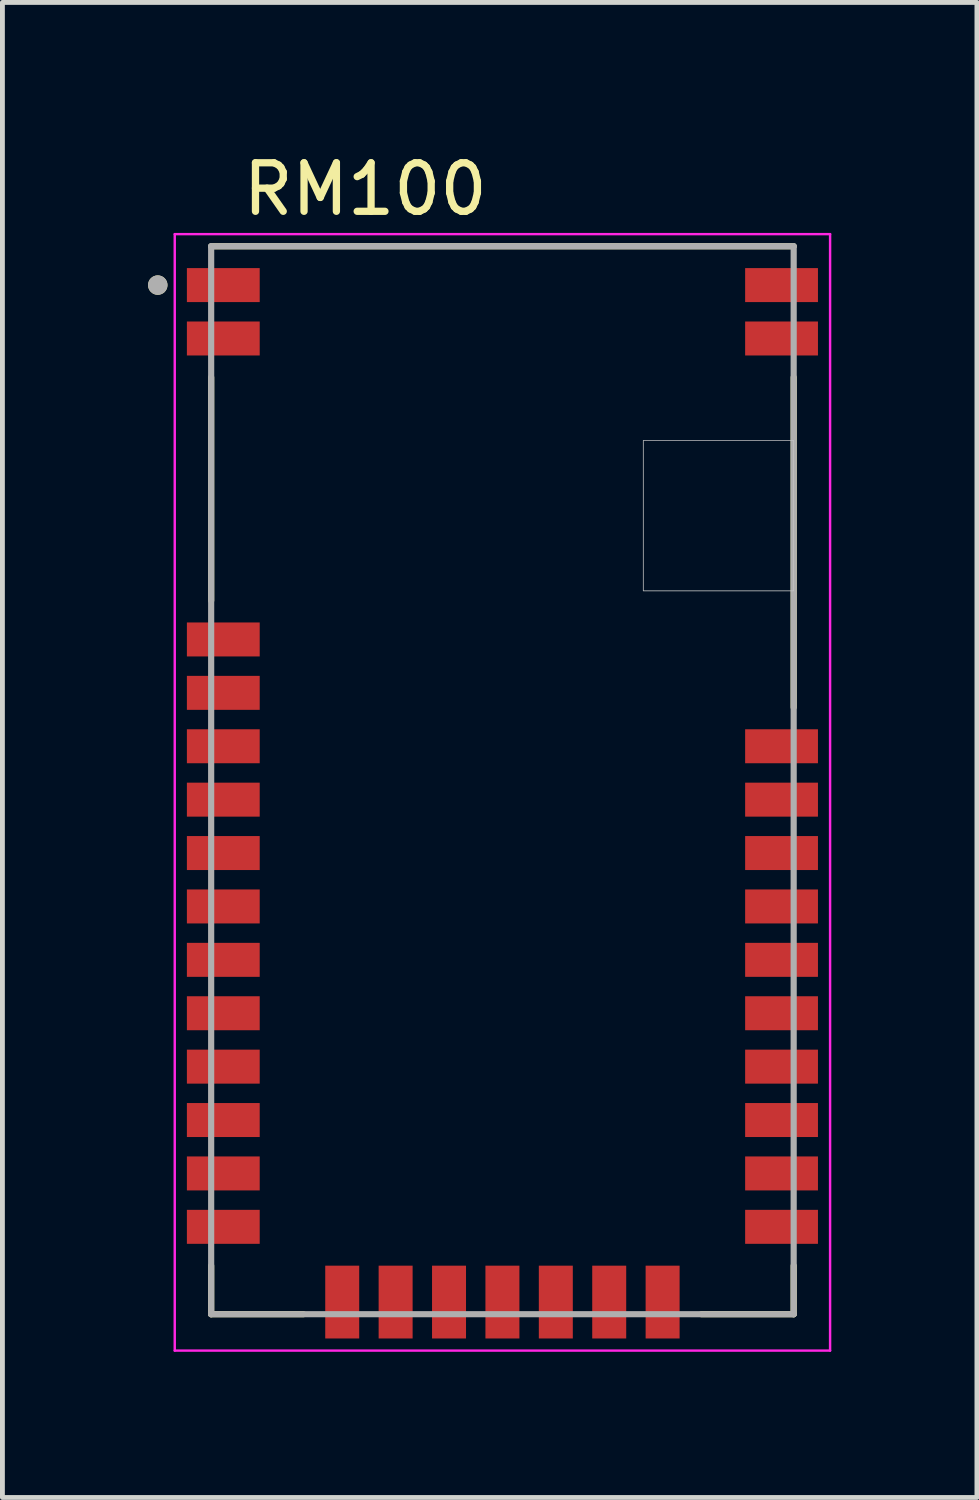
<source format=kicad_pcb>
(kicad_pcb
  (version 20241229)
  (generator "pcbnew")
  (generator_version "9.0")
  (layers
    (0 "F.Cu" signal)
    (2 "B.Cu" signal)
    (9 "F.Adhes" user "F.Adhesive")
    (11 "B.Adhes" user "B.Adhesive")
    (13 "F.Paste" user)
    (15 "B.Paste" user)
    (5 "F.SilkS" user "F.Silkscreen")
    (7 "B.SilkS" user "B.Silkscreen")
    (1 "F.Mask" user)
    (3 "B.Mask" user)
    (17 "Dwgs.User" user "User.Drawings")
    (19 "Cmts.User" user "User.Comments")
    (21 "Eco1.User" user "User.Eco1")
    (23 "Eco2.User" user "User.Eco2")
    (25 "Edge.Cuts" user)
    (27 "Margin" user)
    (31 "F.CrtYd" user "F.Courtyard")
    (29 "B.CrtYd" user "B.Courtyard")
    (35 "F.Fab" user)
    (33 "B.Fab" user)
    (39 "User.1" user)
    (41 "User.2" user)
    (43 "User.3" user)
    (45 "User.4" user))
  (footprint "RM100"
    (layer "F.Cu")
    (at 7.3 13.023)
    (property "Reference" "RM100" (at -2.825 -12.175 0) (layer "F.SilkS") (effects (font (size 1 1) (thickness 0.15))))
    (attr through_hole)
    (fp_line (start -6 -11) (end 6 -11) (stroke (width 0.127) (type solid)) (layer "F.SilkS"))
    (fp_line (start -6 -8.3) (end -6 -3.7) (stroke (width 0.127) (type solid)) (layer "F.SilkS"))
    (fp_line (start -6 10) (end -6 11) (stroke (width 0.127) (type solid)) (layer "F.SilkS"))
    (fp_line (start -6 11) (end -4.1 11) (stroke (width 0.127) (type solid)) (layer "F.SilkS"))
    (fp_line (start 4.1 11) (end 6 11) (stroke (width 0.127) (type solid)) (layer "F.SilkS"))
    (fp_line (start 6 -8.3) (end 6 -1.5) (stroke (width 0.127) (type solid)) (layer "F.SilkS"))
    (fp_line (start 6 11) (end 6 10) (stroke (width 0.127) (type solid)) (layer "F.SilkS"))
    (fp_circle (center -7.1 -10.2) (end -7 -10.2) (stroke (width 0.2) (type solid)) (fill no) (layer "F.SilkS"))
    (fp_poly (pts (xy 2.9 -7) (xy 6 -7) (xy 6 -3.9) (xy 2.9 -3.9)) (stroke (width 0.01) (type solid)) (fill no) (layer "Dwgs.User"))
    (fp_poly (pts (xy 2.9 -7) (xy 6 -7) (xy 6 -3.9) (xy 2.9 -3.9)) (stroke (width 0.01) (type solid)) (fill no) (layer "Dwgs.User"))
    (fp_line (start -6.75 -11.25) (end 6.75 -11.25) (stroke (width 0.05) (type solid)) (layer "F.CrtYd"))
    (fp_line (start -6.75 11.75) (end -6.75 -11.25) (stroke (width 0.05) (type solid)) (layer "F.CrtYd"))
    (fp_line (start 6.75 -11.25) (end 6.75 11.75) (stroke (width 0.05) (type solid)) (layer "F.CrtYd"))
    (fp_line (start 6.75 11.75) (end -6.75 11.75) (stroke (width 0.05) (type solid)) (layer "F.CrtYd"))
    (fp_line (start -6 -11) (end 6 -11) (stroke (width 0.127) (type solid)) (layer "F.Fab"))
    (fp_line (start -6 11) (end -6 -11) (stroke (width 0.127) (type solid)) (layer "F.Fab"))
    (fp_line (start 6 -11) (end 6 11) (stroke (width 0.127) (type solid)) (layer "F.Fab"))
    (fp_line (start 6 11) (end -6 11) (stroke (width 0.127) (type solid)) (layer "F.Fab"))
    (fp_circle (center -7.1 -10.2) (end -7 -10.2) (stroke (width 0.2) (type solid)) (fill no) (layer "F.Fab"))
    (pad "1" smd rect (at -5.75 -10.2) (size 1.5 0.7) (layers "F.Cu" "F.Mask" "F.Paste"))
    (pad "2" smd rect (at -5.75 -9.1) (size 1.5 0.7) (layers "F.Cu" "F.Mask" "F.Paste"))
    (pad "3" smd rect (at -5.75 -2.9) (size 1.5 0.7) (layers "F.Cu" "F.Mask" "F.Paste"))
    (pad "4" smd rect (at -5.75 -1.8) (size 1.5 0.7) (layers "F.Cu" "F.Mask" "F.Paste"))
    (pad "5" smd rect (at -5.75 -0.7) (size 1.5 0.7) (layers "F.Cu" "F.Mask" "F.Paste"))
    (pad "6" smd rect (at -5.75 0.4) (size 1.5 0.7) (layers "F.Cu" "F.Mask" "F.Paste"))
    (pad "7" smd rect (at -5.75 1.5) (size 1.5 0.7) (layers "F.Cu" "F.Mask" "F.Paste"))
    (pad "8" smd rect (at -5.75 2.6) (size 1.5 0.7) (layers "F.Cu" "F.Mask" "F.Paste"))
    (pad "9" smd rect (at -5.75 3.7) (size 1.5 0.7) (layers "F.Cu" "F.Mask" "F.Paste"))
    (pad "10" smd rect (at -5.75 4.8) (size 1.5 0.7) (layers "F.Cu" "F.Mask" "F.Paste"))
    (pad "11" smd rect (at -5.75 5.9) (size 1.5 0.7) (layers "F.Cu" "F.Mask" "F.Paste"))
    (pad "12" smd rect (at -5.75 7) (size 1.5 0.7) (layers "F.Cu" "F.Mask" "F.Paste"))
    (pad "13" smd rect (at -5.75 8.1) (size 1.5 0.7) (layers "F.Cu" "F.Mask" "F.Paste"))
    (pad "14" smd rect (at -5.75 9.2) (size 1.5 0.7) (layers "F.Cu" "F.Mask" "F.Paste"))
    (pad "15" smd rect (at -3.3 10.75) (size 0.7 1.5) (layers "F.Cu" "F.Mask" "F.Paste"))
    (pad "16" smd rect (at -2.2 10.75) (size 0.7 1.5) (layers "F.Cu" "F.Mask" "F.Paste"))
    (pad "17" smd rect (at -1.1 10.75) (size 0.7 1.5) (layers "F.Cu" "F.Mask" "F.Paste"))
    (pad "18" smd rect (at 0 10.75) (size 0.7 1.5) (layers "F.Cu" "F.Mask" "F.Paste"))
    (pad "19" smd rect (at 1.1 10.75) (size 0.7 1.5) (layers "F.Cu" "F.Mask" "F.Paste"))
    (pad "20" smd rect (at 2.2 10.75) (size 0.7 1.5) (layers "F.Cu" "F.Mask" "F.Paste"))
    (pad "21" smd rect (at 3.3 10.75) (size 0.7 1.5) (layers "F.Cu" "F.Mask" "F.Paste"))
    (pad "22" smd rect (at 5.75 9.2) (size 1.5 0.7) (layers "F.Cu" "F.Mask" "F.Paste"))
    (pad "23" smd rect (at 5.75 8.1) (size 1.5 0.7) (layers "F.Cu" "F.Mask" "F.Paste"))
    (pad "24" smd rect (at 5.75 7) (size 1.5 0.7) (layers "F.Cu" "F.Mask" "F.Paste"))
    (pad "25" smd rect (at 5.75 5.9) (size 1.5 0.7) (layers "F.Cu" "F.Mask" "F.Paste"))
    (pad "26" smd rect (at 5.75 4.8) (size 1.5 0.7) (layers "F.Cu" "F.Mask" "F.Paste"))
    (pad "27" smd rect (at 5.75 3.7) (size 1.5 0.7) (layers "F.Cu" "F.Mask" "F.Paste"))
    (pad "28" smd rect (at 5.75 2.6) (size 1.5 0.7) (layers "F.Cu" "F.Mask" "F.Paste"))
    (pad "29" smd rect (at 5.75 1.5) (size 1.5 0.7) (layers "F.Cu" "F.Mask" "F.Paste"))
    (pad "30" smd rect (at 5.75 0.4) (size 1.5 0.7) (layers "F.Cu" "F.Mask" "F.Paste"))
    (pad "31" smd rect (at 5.75 -0.7) (size 1.5 0.7) (layers "F.Cu" "F.Mask" "F.Paste"))
    (pad "32" smd rect (at 5.75 -9.1) (size 1.5 0.7) (layers "F.Cu" "F.Mask" "F.Paste"))
    (pad "33" smd rect (at 5.75 -10.2) (size 1.5 0.7) (layers "F.Cu" "F.Mask" "F.Paste")))
  (gr_rect
    (start -3 -3)
    (end 17.075 27.798)
    (stroke (width 0.1) (type default))
    (fill no)
    (layer "Edge.Cuts")))
</source>
